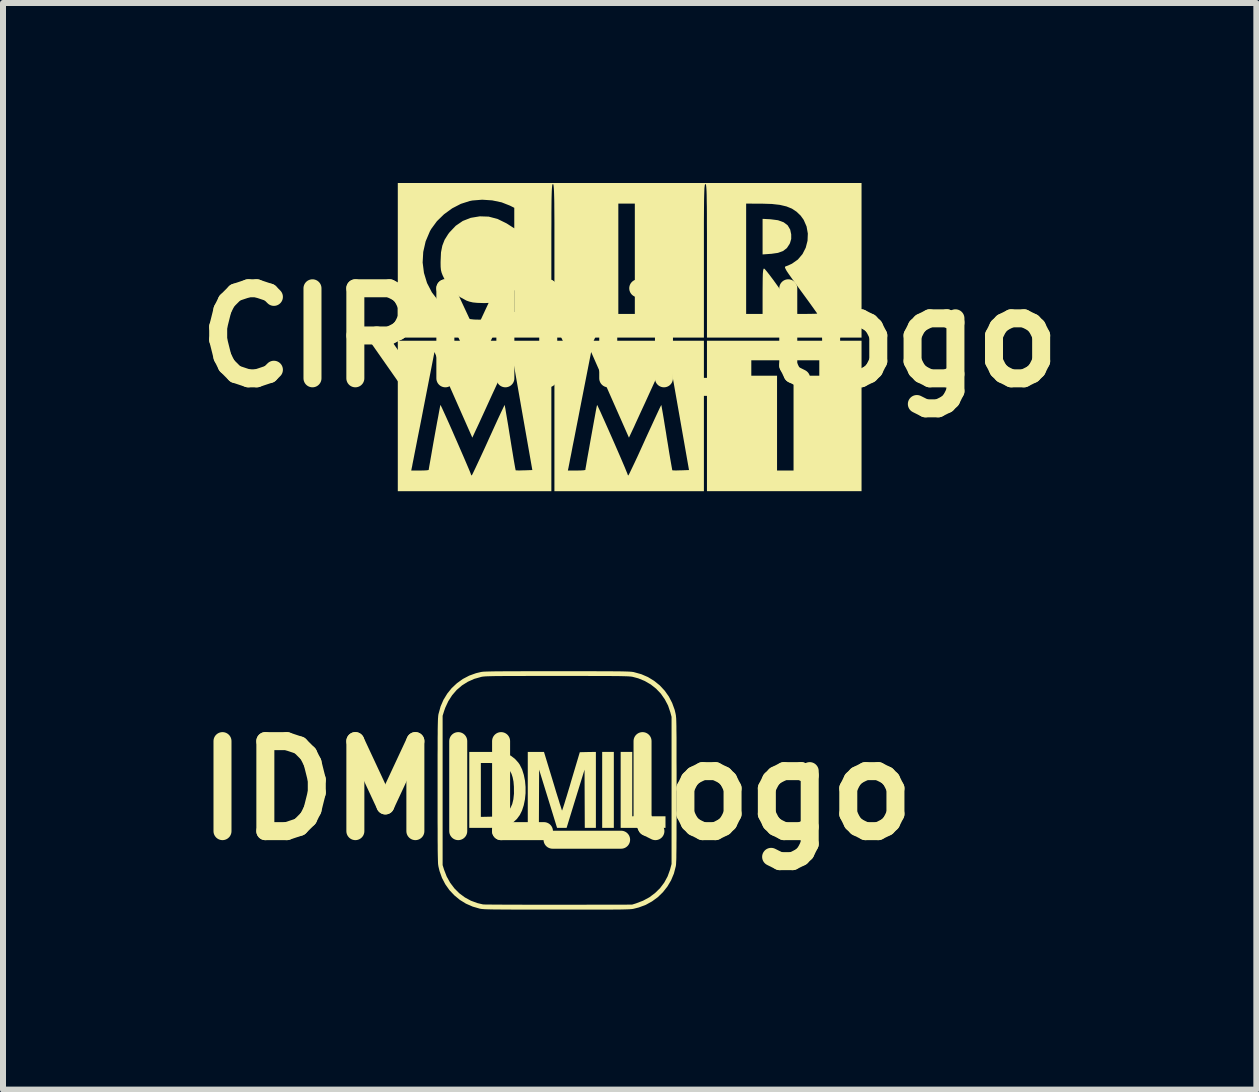
<source format=kicad_pcb>
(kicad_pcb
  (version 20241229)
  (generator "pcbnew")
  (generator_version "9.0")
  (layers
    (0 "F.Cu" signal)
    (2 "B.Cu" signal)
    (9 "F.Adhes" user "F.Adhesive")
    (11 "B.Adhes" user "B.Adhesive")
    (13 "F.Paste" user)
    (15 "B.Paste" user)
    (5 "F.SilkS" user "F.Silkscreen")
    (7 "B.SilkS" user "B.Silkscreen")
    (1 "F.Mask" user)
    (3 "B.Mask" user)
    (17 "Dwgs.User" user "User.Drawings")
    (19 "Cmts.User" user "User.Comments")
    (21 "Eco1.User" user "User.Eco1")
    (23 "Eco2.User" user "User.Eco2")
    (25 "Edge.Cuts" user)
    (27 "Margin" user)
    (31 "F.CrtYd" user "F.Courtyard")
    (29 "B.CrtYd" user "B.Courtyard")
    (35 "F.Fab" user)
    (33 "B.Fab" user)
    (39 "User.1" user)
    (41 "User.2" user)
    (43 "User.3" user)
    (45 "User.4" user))
  (footprint "IDMIL_logo"
    (layer "F.Cu")
    (at 6.229 10.122)
    (property "Reference" "IDMIL_logo" (at 0 0 0) (layer "F.SilkS") (effects (font (size 1.5 1.5) (thickness 0.3))))
    (attr board_only exclude_from_pos_files exclude_from_bom)
    (fp_poly (pts (xy -1.574 -0.009) (xy -1.574 0.624) (xy -1.67 0.624) (xy -1.767 0.624) (xy -1.767 -0.009) (xy -1.767 -0.642) (xy -1.67 -0.642) (xy -1.574 -0.642)) (stroke (width 0) (type solid)) (fill yes) (layer "F.SilkS"))
    (fp_poly (pts (xy 0.95 -0.009) (xy 0.95 0.624) (xy 0.853 0.624) (xy 0.756 0.624) (xy 0.756 -0.009) (xy 0.756 -0.642) (xy 0.853 -0.642) (xy 0.95 -0.642)) (stroke (width 0) (type solid)) (fill yes) (layer "F.SilkS"))
    (fp_poly (pts (xy 1.257 -0.106) (xy 1.257 0.431) (xy 1.534 0.431) (xy 1.811 0.431) (xy 1.811 0.528) (xy 1.811 0.624) (xy 1.437 0.624) (xy 1.064 0.624) (xy 1.064 -0.009) (xy 1.064 -0.642) (xy 1.161 -0.642) (xy 1.257 -0.642)) (stroke (width 0) (type solid)) (fill yes) (layer "F.SilkS"))
    (fp_poly (pts (xy 0.651 -0.009) (xy 0.651 0.624) (xy 0.558 0.624) (xy 0.466 0.624) (xy 0.464 0.139) (xy 0.462 -0.346) (xy 0.312 0.139) (xy 0.163 0.624) (xy 0.084 0.624) (xy 0.004 0.624) (xy -0.145 0.139) (xy -0.295 -0.346) (xy -0.297 0.139) (xy -0.299 0.624) (xy -0.391 0.624) (xy -0.484 0.624) (xy -0.484 -0.009) (xy -0.484 -0.642) (xy -0.349 -0.642) (xy -0.214 -0.642) (xy -0.066 -0.156) (xy -0.039 -0.067) (xy -0.014 0.017) (xy 0.01 0.094) (xy 0.032 0.163) (xy 0.05 0.223) (xy 0.066 0.271) (xy 0.077 0.307) (xy 0.084 0.329) (xy 0.087 0.336) (xy 0.09 0.329) (xy 0.098 0.306) (xy 0.11 0.27) (xy 0.126 0.221) (xy 0.144 0.161) (xy 0.166 0.091) (xy 0.189 0.014) (xy 0.215 -0.071) (xy 0.237 -0.148) (xy 0.383 -0.637) (xy 0.517 -0.64) (xy 0.651 -0.642)) (stroke (width 0) (type solid)) (fill yes) (layer "F.SilkS"))
    (fp_poly (pts (xy -1.138 -0.642) (xy -1.074 -0.641) (xy -1.016 -0.639) (xy -0.966 -0.638) (xy -0.929 -0.636) (xy -0.906 -0.633) (xy -0.905 -0.633) (xy -0.831 -0.611) (xy -0.76 -0.574) (xy -0.695 -0.523) (xy -0.641 -0.463) (xy -0.617 -0.428) (xy -0.578 -0.349) (xy -0.55 -0.259) (xy -0.53 -0.161) (xy -0.521 -0.058) (xy -0.521 0.046) (xy -0.531 0.149) (xy -0.551 0.247) (xy -0.58 0.336) (xy -0.617 0.41) (xy -0.665 0.475) (xy -0.725 0.53) (xy -0.792 0.575) (xy -0.864 0.605) (xy -0.905 0.615) (xy -0.926 0.618) (xy -0.962 0.62) (xy -1.01 0.622) (xy -1.067 0.623) (xy -1.131 0.624) (xy -1.198 0.624) (xy -1.206 0.624) (xy -1.459 0.624) (xy -1.459 -0.009) (xy -1.459 -0.457) (xy -1.266 -0.457) (xy -1.266 -0.008) (xy -1.266 0.441) (xy -1.119 0.438) (xy -1.057 0.436) (xy -1.009 0.433) (xy -0.973 0.429) (xy -0.945 0.424) (xy -0.928 0.418) (xy -0.865 0.388) (xy -0.814 0.346) (xy -0.773 0.293) (xy -0.743 0.227) (xy -0.724 0.148) (xy -0.714 0.055) (xy -0.715 -0.052) (xy -0.715 -0.062) (xy -0.722 -0.147) (xy -0.736 -0.218) (xy -0.755 -0.277) (xy -0.782 -0.326) (xy -0.816 -0.368) (xy -0.852 -0.398) (xy -0.893 -0.422) (xy -0.941 -0.439) (xy -0.999 -0.45) (xy -1.07 -0.456) (xy -1.143 -0.457) (xy -1.266 -0.457) (xy -1.459 -0.457) (xy -1.459 -0.642) (xy -1.206 -0.642)) (stroke (width 0) (type solid)) (fill yes) (layer "F.SilkS"))
    (fp_poly (pts (xy 0.008 -1.987) (xy 0.178 -1.987) (xy 0.331 -1.987) (xy 0.469 -1.987) (xy 0.591 -1.987) (xy 0.7 -1.986) (xy 0.796 -1.986) (xy 0.88 -1.986) (xy 0.953 -1.985) (xy 1.016 -1.985) (xy 1.069 -1.984) (xy 1.114 -1.983) (xy 1.152 -1.982) (xy 1.183 -1.981) (xy 1.209 -1.98) (xy 1.23 -1.978) (xy 1.248 -1.977) (xy 1.262 -1.975) (xy 1.275 -1.973) (xy 1.287 -1.971) (xy 1.288 -1.97) (xy 1.408 -1.937) (xy 1.519 -1.889) (xy 1.622 -1.826) (xy 1.715 -1.751) (xy 1.797 -1.663) (xy 1.866 -1.566) (xy 1.922 -1.458) (xy 1.964 -1.343) (xy 1.979 -1.279) (xy 1.981 -1.267) (xy 1.984 -1.255) (xy 1.985 -1.24) (xy 1.987 -1.223) (xy 1.989 -1.202) (xy 1.99 -1.177) (xy 1.991 -1.147) (xy 1.992 -1.109) (xy 1.993 -1.065) (xy 1.993 -1.013) (xy 1.994 -0.951) (xy 1.995 -0.879) (xy 1.995 -0.796) (xy 1.995 -0.701) (xy 1.995 -0.593) (xy 1.995 -0.472) (xy 1.996 -0.336) (xy 1.996 -0.184) (xy 1.996 -0.015) (xy 1.996 -0.003) (xy 1.996 0.168) (xy 1.996 0.323) (xy 1.996 0.463) (xy 1.995 0.587) (xy 1.995 0.697) (xy 1.995 0.795) (xy 1.994 0.88) (xy 1.994 0.954) (xy 1.993 1.017) (xy 1.992 1.071) (xy 1.992 1.117) (xy 1.991 1.155) (xy 1.989 1.186) (xy 1.988 1.211) (xy 1.987 1.231) (xy 1.985 1.248) (xy 1.983 1.261) (xy 1.982 1.266) (xy 1.951 1.386) (xy 1.904 1.498) (xy 1.843 1.601) (xy 1.769 1.695) (xy 1.684 1.778) (xy 1.587 1.849) (xy 1.482 1.907) (xy 1.367 1.95) (xy 1.288 1.97) (xy 1.276 1.973) (xy 1.264 1.975) (xy 1.249 1.977) (xy 1.232 1.978) (xy 1.212 1.98) (xy 1.187 1.981) (xy 1.157 1.982) (xy 1.12 1.983) (xy 1.076 1.984) (xy 1.024 1.985) (xy 0.963 1.985) (xy 0.891 1.986) (xy 0.809 1.986) (xy 0.715 1.986) (xy 0.608 1.986) (xy 0.488 1.986) (xy 0.353 1.986) (xy 0.202 1.986) (xy 0.035 1.986) (xy 0 1.986) (xy -0.171 1.986) (xy -0.325 1.986) (xy -0.463 1.986) (xy -0.587 1.986) (xy -0.696 1.986) (xy -0.793 1.985) (xy -0.878 1.985) (xy -0.951 1.984) (xy -1.014 1.984) (xy -1.068 1.983) (xy -1.113 1.982) (xy -1.151 1.981) (xy -1.183 1.98) (xy -1.209 1.979) (xy -1.23 1.977) (xy -1.247 1.976) (xy -1.261 1.974) (xy -1.273 1.972) (xy -1.284 1.97) (xy -1.402 1.936) (xy -1.514 1.887) (xy -1.616 1.824) (xy -1.708 1.748) (xy -1.79 1.661) (xy -1.859 1.563) (xy -1.914 1.457) (xy -1.955 1.342) (xy -1.973 1.266) (xy -1.975 1.254) (xy -1.976 1.244) (xy -1.903 1.244) (xy -1.879 1.321) (xy -1.835 1.435) (xy -1.777 1.539) (xy -1.706 1.633) (xy -1.625 1.714) (xy -1.532 1.783) (xy -1.431 1.838) (xy -1.322 1.878) (xy -1.232 1.899) (xy -1.219 1.9) (xy -1.189 1.901) (xy -1.143 1.901) (xy -1.083 1.902) (xy -1.009 1.903) (xy -0.924 1.903) (xy -0.826 1.904) (xy -0.719 1.904) (xy -0.602 1.904) (xy -0.477 1.905) (xy -0.345 1.905) (xy -0.207 1.905) (xy -0.064 1.905) (xy 0.031 1.905) (xy 1.253 1.903) (xy 1.318 1.883) (xy 1.436 1.838) (xy 1.542 1.781) (xy 1.637 1.71) (xy 1.72 1.629) (xy 1.79 1.536) (xy 1.846 1.433) (xy 1.887 1.32) (xy 1.892 1.301) (xy 1.912 1.226) (xy 1.912 0) (xy 1.912 -1.226) (xy 1.892 -1.301) (xy 1.854 -1.414) (xy 1.8 -1.517) (xy 1.734 -1.612) (xy 1.655 -1.695) (xy 1.565 -1.766) (xy 1.465 -1.824) (xy 1.357 -1.868) (xy 1.271 -1.891) (xy 1.259 -1.894) (xy 1.246 -1.896) (xy 1.231 -1.898) (xy 1.214 -1.899) (xy 1.193 -1.901) (xy 1.168 -1.902) (xy 1.137 -1.903) (xy 1.1 -1.904) (xy 1.055 -1.905) (xy 1.002 -1.906) (xy 0.94 -1.906) (xy 0.868 -1.907) (xy 0.785 -1.907) (xy 0.689 -1.907) (xy 0.581 -1.907) (xy 0.459 -1.908) (xy 0.322 -1.908) (xy 0.169 -1.908) (xy 0.004 -1.908) (xy -0.165 -1.908) (xy -0.317 -1.908) (xy -0.453 -1.908) (xy -0.575 -1.907) (xy -0.683 -1.907) (xy -0.778 -1.907) (xy -0.861 -1.907) (xy -0.933 -1.906) (xy -0.995 -1.906) (xy -1.048 -1.905) (xy -1.092 -1.904) (xy -1.129 -1.903) (xy -1.16 -1.902) (xy -1.185 -1.901) (xy -1.206 -1.899) (xy -1.223 -1.898) (xy -1.237 -1.896) (xy -1.25 -1.894) (xy -1.262 -1.891) (xy -1.376 -1.859) (xy -1.483 -1.811) (xy -1.58 -1.75) (xy -1.668 -1.675) (xy -1.744 -1.587) (xy -1.808 -1.488) (xy -1.859 -1.378) (xy -1.879 -1.321) (xy -1.903 -1.244) (xy -1.903 0) (xy -1.903 1.244) (xy -1.976 1.244) (xy -1.977 1.24) (xy -1.979 1.222) (xy -1.98 1.199) (xy -1.981 1.171) (xy -1.982 1.136) (xy -1.983 1.094) (xy -1.984 1.045) (xy -1.985 0.986) (xy -1.985 0.917) (xy -1.986 0.837) (xy -1.986 0.746) (xy -1.986 0.642) (xy -1.987 0.525) (xy -1.987 0.393) (xy -1.987 0.246) (xy -1.987 0.082) (xy -1.987 -0.003) (xy -1.987 -0.173) (xy -1.987 -0.326) (xy -1.987 -0.463) (xy -1.987 -0.586) (xy -1.986 -0.694) (xy -1.986 -0.79) (xy -1.986 -0.874) (xy -1.985 -0.946) (xy -1.985 -1.009) (xy -1.984 -1.062) (xy -1.983 -1.107) (xy -1.982 -1.144) (xy -1.981 -1.175) (xy -1.98 -1.201) (xy -1.978 -1.222) (xy -1.977 -1.239) (xy -1.975 -1.254) (xy -1.973 -1.267) (xy -1.971 -1.278) (xy -1.97 -1.279) (xy -1.937 -1.399) (xy -1.889 -1.51) (xy -1.826 -1.613) (xy -1.751 -1.706) (xy -1.664 -1.787) (xy -1.567 -1.857) (xy -1.46 -1.913) (xy -1.346 -1.954) (xy -1.266 -1.973) (xy -1.255 -1.975) (xy -1.24 -1.977) (xy -1.222 -1.979) (xy -1.199 -1.98) (xy -1.171 -1.981) (xy -1.136 -1.982) (xy -1.095 -1.983) (xy -1.045 -1.984) (xy -0.986 -1.985) (xy -0.917 -1.985) (xy -0.838 -1.986) (xy -0.747 -1.986) (xy -0.643 -1.986) (xy -0.526 -1.987) (xy -0.394 -1.987) (xy -0.247 -1.987) (xy -0.084 -1.987)) (stroke (width 0) (type solid)) (fill yes) (layer "F.SilkS")))
  (footprint "CIRMMT_logo"
    (layer "F.Cu")
    (at 7.443 2.576)
    (property "Reference" "CIRMMT_logo" (at 0 0 0) (layer "F.SilkS") (effects (font (size 1.5 1.5) (thickness 0.3))))
    (attr board_only exclude_from_pos_files exclude_from_bom)
    (fp_poly (pts (xy 2.349 -1.972) (xy 2.472 -1.956) (xy 2.566 -1.922) (xy 2.633 -1.871) (xy 2.675 -1.8) (xy 2.692 -1.72) (xy 2.692 -1.644) (xy 2.672 -1.576) (xy 2.664 -1.559) (xy 2.619 -1.491) (xy 2.556 -1.443) (xy 2.471 -1.412) (xy 2.359 -1.396) (xy 2.352 -1.396) (xy 2.215 -1.386) (xy 2.215 -1.683) (xy 2.215 -1.979)) (stroke (width 0) (type solid)) (fill yes) (layer "F.SilkS"))
    (fp_poly (pts (xy 3.864 1.305) (xy 3.864 2.559) (xy 2.576 2.559) (xy 1.288 2.559) (xy 1.288 1.305) (xy 1.288 0.378) (xy 2.027 0.378) (xy 2.027 0.507) (xy 2.027 0.635) (xy 2.241 0.635) (xy 2.456 0.635) (xy 2.456 1.425) (xy 2.456 2.215) (xy 2.593 2.215) (xy 2.731 2.215) (xy 2.731 1.425) (xy 2.731 0.635) (xy 2.945 0.635) (xy 3.16 0.635) (xy 3.16 0.507) (xy 3.16 0.378) (xy 2.593 0.378) (xy 2.027 0.378) (xy 1.288 0.378) (xy 1.288 0.052) (xy 2.576 0.052) (xy 3.864 0.052)) (stroke (width 0) (type solid)) (fill yes) (layer "F.SilkS"))
    (fp_poly (pts (xy -1.305 1.305) (xy -1.305 2.559) (xy -2.585 2.559) (xy -3.864 2.559) (xy -3.864 2.215) (xy -3.64 2.215) (xy -3.494 2.215) (xy -3.429 2.214) (xy -3.378 2.211) (xy -3.351 2.206) (xy -3.349 2.204) (xy -3.346 2.184) (xy -3.338 2.135) (xy -3.325 2.063) (xy -3.309 1.972) (xy -3.291 1.868) (xy -3.271 1.754) (xy -3.25 1.637) (xy -3.229 1.521) (xy -3.209 1.411) (xy -3.19 1.312) (xy -3.175 1.229) (xy -3.163 1.166) (xy -3.156 1.13) (xy -3.154 1.122) (xy -3.146 1.135) (xy -3.126 1.176) (xy -3.097 1.24) (xy -3.059 1.323) (xy -3.015 1.421) (xy -2.967 1.529) (xy -2.917 1.644) (xy -2.866 1.76) (xy -2.816 1.875) (xy -2.769 1.983) (xy -2.727 2.081) (xy -2.692 2.163) (xy -2.665 2.227) (xy -2.649 2.268) (xy -2.645 2.281) (xy -2.637 2.296) (xy -2.631 2.295) (xy -2.621 2.278) (xy -2.599 2.233) (xy -2.566 2.164) (xy -2.524 2.074) (xy -2.474 1.967) (xy -2.418 1.846) (xy -2.358 1.714) (xy -2.353 1.702) (xy -2.293 1.571) (xy -2.238 1.45) (xy -2.189 1.343) (xy -2.147 1.253) (xy -2.114 1.184) (xy -2.093 1.14) (xy -2.084 1.123) (xy -2.083 1.122) (xy -2.08 1.14) (xy -2.071 1.187) (xy -2.059 1.26) (xy -2.043 1.355) (xy -2.024 1.467) (xy -2.004 1.593) (xy -1.992 1.666) (xy -1.971 1.798) (xy -1.951 1.918) (xy -1.934 2.023) (xy -1.919 2.109) (xy -1.908 2.171) (xy -1.901 2.205) (xy -1.9 2.211) (xy -1.881 2.213) (xy -1.836 2.214) (xy -1.775 2.212) (xy -1.758 2.212) (xy -1.622 2.207) (xy -1.795 1.223) (xy -1.967 0.24) (xy -2.232 0.82) (xy -2.296 0.958) (xy -2.357 1.092) (xy -2.414 1.217) (xy -2.465 1.328) (xy -2.508 1.422) (xy -2.541 1.493) (xy -2.56 1.533) (xy -2.622 1.667) (xy -2.937 0.954) (xy -3.253 0.24) (xy -3.435 1.172) (xy -3.469 1.348) (xy -3.502 1.515) (xy -3.533 1.67) (xy -3.56 1.809) (xy -3.584 1.93) (xy -3.603 2.029) (xy -3.618 2.103) (xy -3.626 2.148) (xy -3.629 2.16) (xy -3.64 2.215) (xy -3.864 2.215) (xy -3.864 1.305) (xy -3.864 0.052) (xy -2.585 0.052) (xy -1.305 0.052)) (stroke (width 0) (type solid)) (fill yes) (layer "F.SilkS"))
    (fp_poly (pts (xy 1.237 1.305) (xy 1.237 2.559) (xy -0.009 2.559) (xy -1.254 2.559) (xy -1.254 2.215) (xy -1.03 2.215) (xy -0.884 2.215) (xy -0.818 2.214) (xy -0.768 2.211) (xy -0.741 2.206) (xy -0.738 2.204) (xy -0.736 2.184) (xy -0.727 2.135) (xy -0.715 2.063) (xy -0.699 1.972) (xy -0.68 1.868) (xy -0.66 1.754) (xy -0.639 1.637) (xy -0.618 1.521) (xy -0.598 1.411) (xy -0.58 1.312) (xy -0.565 1.229) (xy -0.553 1.166) (xy -0.545 1.13) (xy -0.543 1.122) (xy -0.535 1.135) (xy -0.516 1.176) (xy -0.486 1.24) (xy -0.449 1.323) (xy -0.405 1.421) (xy -0.357 1.529) (xy -0.306 1.644) (xy -0.255 1.76) (xy -0.205 1.875) (xy -0.158 1.983) (xy -0.116 2.081) (xy -0.081 2.163) (xy -0.055 2.227) (xy -0.038 2.268) (xy -0.034 2.281) (xy -0.027 2.296) (xy -0.021 2.295) (xy -0.011 2.278) (xy 0.011 2.233) (xy 0.044 2.164) (xy 0.087 2.074) (xy 0.137 1.967) (xy 0.192 1.846) (xy 0.252 1.714) (xy 0.257 1.702) (xy 0.317 1.571) (xy 0.373 1.45) (xy 0.422 1.343) (xy 0.464 1.253) (xy 0.496 1.184) (xy 0.518 1.14) (xy 0.527 1.123) (xy 0.527 1.122) (xy 0.531 1.14) (xy 0.539 1.187) (xy 0.552 1.26) (xy 0.568 1.355) (xy 0.586 1.467) (xy 0.607 1.593) (xy 0.618 1.666) (xy 0.64 1.798) (xy 0.659 1.918) (xy 0.677 2.023) (xy 0.692 2.109) (xy 0.703 2.171) (xy 0.709 2.205) (xy 0.711 2.211) (xy 0.73 2.213) (xy 0.774 2.214) (xy 0.836 2.212) (xy 0.853 2.212) (xy 0.989 2.207) (xy 0.816 1.223) (xy 0.643 0.24) (xy 0.378 0.82) (xy 0.315 0.958) (xy 0.254 1.092) (xy 0.196 1.217) (xy 0.145 1.328) (xy 0.102 1.422) (xy 0.07 1.493) (xy 0.051 1.533) (xy -0.012 1.667) (xy -0.327 0.954) (xy -0.642 0.24) (xy -0.825 1.172) (xy -0.859 1.348) (xy -0.892 1.515) (xy -0.922 1.67) (xy -0.95 1.809) (xy -0.973 1.93) (xy -0.993 2.029) (xy -1.007 2.103) (xy -1.016 2.148) (xy -1.018 2.16) (xy -1.03 2.215) (xy -1.254 2.215) (xy -1.254 1.305) (xy -1.254 0.052) (xy -0.009 0.052) (xy 1.237 0.052)) (stroke (width 0) (type solid)) (fill yes) (layer "F.SilkS"))
    (fp_poly (pts (xy 3.864 -1.288) (xy 3.864 0) (xy 2.576 0) (xy 1.288 0) (xy 1.288 -1.279) (xy 1.288 -1.522) (xy 1.288 -1.732) (xy 1.287 -1.912) (xy 1.287 -2.065) (xy 1.286 -2.192) (xy 1.285 -2.233) (xy 1.941 -2.233) (xy 1.941 -1.314) (xy 1.941 -0.395) (xy 2.078 -0.395) (xy 2.215 -0.395) (xy 2.215 -0.773) (xy 2.216 -0.899) (xy 2.217 -0.994) (xy 2.219 -1.063) (xy 2.223 -1.109) (xy 2.228 -1.136) (xy 2.234 -1.149) (xy 2.24 -1.151) (xy 2.256 -1.137) (xy 2.288 -1.099) (xy 2.334 -1.04) (xy 2.392 -0.963) (xy 2.457 -0.873) (xy 2.527 -0.773) (xy 2.791 -0.395) (xy 2.958 -0.395) (xy 3.029 -0.396) (xy 3.085 -0.397) (xy 3.119 -0.399) (xy 3.126 -0.4) (xy 3.116 -0.415) (xy 3.088 -0.454) (xy 3.046 -0.513) (xy 2.991 -0.59) (xy 2.926 -0.679) (xy 2.853 -0.779) (xy 2.844 -0.791) (xy 2.761 -0.905) (xy 2.697 -0.994) (xy 2.649 -1.062) (xy 2.616 -1.111) (xy 2.597 -1.146) (xy 2.588 -1.167) (xy 2.589 -1.18) (xy 2.597 -1.186) (xy 2.599 -1.187) (xy 2.638 -1.201) (xy 2.688 -1.224) (xy 2.705 -1.232) (xy 2.803 -1.301) (xy 2.88 -1.392) (xy 2.934 -1.498) (xy 2.964 -1.614) (xy 2.969 -1.734) (xy 2.948 -1.852) (xy 2.9 -1.962) (xy 2.849 -2.033) (xy 2.781 -2.098) (xy 2.704 -2.149) (xy 2.613 -2.186) (xy 2.502 -2.212) (xy 2.369 -2.227) (xy 2.207 -2.232) (xy 2.177 -2.232) (xy 1.941 -2.233) (xy 1.285 -2.233) (xy 1.284 -2.296) (xy 1.283 -2.379) (xy 1.281 -2.443) (xy 1.278 -2.491) (xy 1.275 -2.524) (xy 1.272 -2.545) (xy 1.267 -2.556) (xy 1.262 -2.559) (xy 1.262 -2.559) (xy 1.257 -2.556) (xy 1.253 -2.545) (xy 1.25 -2.524) (xy 1.246 -2.492) (xy 1.244 -2.445) (xy 1.242 -2.381) (xy 1.24 -2.299) (xy 1.239 -2.196) (xy 1.238 -2.069) (xy 1.237 -1.918) (xy 1.237 -1.738) (xy 1.237 -1.529) (xy 1.237 -1.288) (xy 1.237 -1.279) (xy 1.237 0) (xy -0.009 0) (xy -1.254 0) (xy -1.254 -1.279) (xy -1.254 -1.522) (xy -1.254 -1.732) (xy -1.254 -1.912) (xy -1.255 -2.065) (xy -1.256 -2.192) (xy -1.256 -2.233) (xy -0.189 -2.233) (xy -0.189 -1.314) (xy -0.189 -0.395) (xy -0.052 -0.395) (xy 0.086 -0.395) (xy 0.086 -1.314) (xy 0.086 -2.233) (xy -0.052 -2.233) (xy -0.189 -2.233) (xy -1.256 -2.233) (xy -1.257 -2.296) (xy -1.259 -2.379) (xy -1.261 -2.443) (xy -1.264 -2.491) (xy -1.267 -2.524) (xy -1.27 -2.545) (xy -1.274 -2.556) (xy -1.279 -2.559) (xy -1.279 -2.559) (xy -1.284 -2.556) (xy -1.289 -2.545) (xy -1.292 -2.524) (xy -1.295 -2.492) (xy -1.298 -2.445) (xy -1.3 -2.381) (xy -1.302 -2.299) (xy -1.303 -2.196) (xy -1.304 -2.069) (xy -1.304 -1.918) (xy -1.305 -1.738) (xy -1.305 -1.529) (xy -1.305 -1.288) (xy -1.305 -1.279) (xy -1.305 0) (xy -2.585 0) (xy -3.864 0) (xy -3.864 -1.252) (xy -3.45 -1.252) (xy -3.428 -1.078) (xy -3.377 -0.91) (xy -3.296 -0.754) (xy -3.187 -0.612) (xy -3.168 -0.593) (xy -3.025 -0.47) (xy -2.866 -0.379) (xy -2.692 -0.317) (xy -2.653 -0.308) (xy -2.591 -0.301) (xy -2.506 -0.299) (xy -2.409 -0.301) (xy -2.313 -0.308) (xy -2.228 -0.318) (xy -2.166 -0.332) (xy -2.164 -0.332) (xy -2.099 -0.355) (xy -2.027 -0.383) (xy -2.005 -0.393) (xy -1.923 -0.428) (xy -1.923 -0.609) (xy -1.923 -0.79) (xy -2.005 -0.727) (xy -2.07 -0.682) (xy -2.145 -0.639) (xy -2.181 -0.62) (xy -2.23 -0.599) (xy -2.276 -0.586) (xy -2.329 -0.579) (xy -2.4 -0.576) (xy -2.447 -0.576) (xy -2.541 -0.579) (xy -2.612 -0.586) (xy -2.672 -0.6) (xy -2.718 -0.616) (xy -2.832 -0.678) (xy -2.938 -0.767) (xy -3.029 -0.878) (xy -3.087 -0.976) (xy -3.116 -1.036) (xy -3.134 -1.082) (xy -3.145 -1.127) (xy -3.15 -1.18) (xy -3.151 -1.252) (xy -3.15 -1.287) (xy -3.144 -1.421) (xy -3.122 -1.532) (xy -3.084 -1.63) (xy -3.025 -1.724) (xy -3.004 -1.752) (xy -2.898 -1.864) (xy -2.781 -1.944) (xy -2.648 -1.996) (xy -2.497 -2.021) (xy -2.349 -2.016) (xy -2.201 -1.977) (xy -2.054 -1.905) (xy -2.03 -1.89) (xy -1.923 -1.821) (xy -1.923 -1.992) (xy -1.923 -2.163) (xy -1.994 -2.199) (xy -2.134 -2.254) (xy -2.292 -2.287) (xy -2.457 -2.298) (xy -2.621 -2.285) (xy -2.666 -2.276) (xy -2.813 -2.229) (xy -2.958 -2.154) (xy -3.094 -2.055) (xy -3.212 -1.94) (xy -3.306 -1.812) (xy -3.328 -1.774) (xy -3.4 -1.604) (xy -3.44 -1.428) (xy -3.45 -1.252) (xy -3.864 -1.252) (xy -3.864 -1.288) (xy -3.864 -2.576) (xy 0 -2.576) (xy 3.864 -2.576)) (stroke (width 0) (type solid)) (fill yes) (layer "F.SilkS")))
  (gr_rect
    (start -3 -3)
    (end 17.886 15.108)
    (stroke (width 0.1) (type default))
    (fill no)
    (layer "Edge.Cuts")))
</source>
